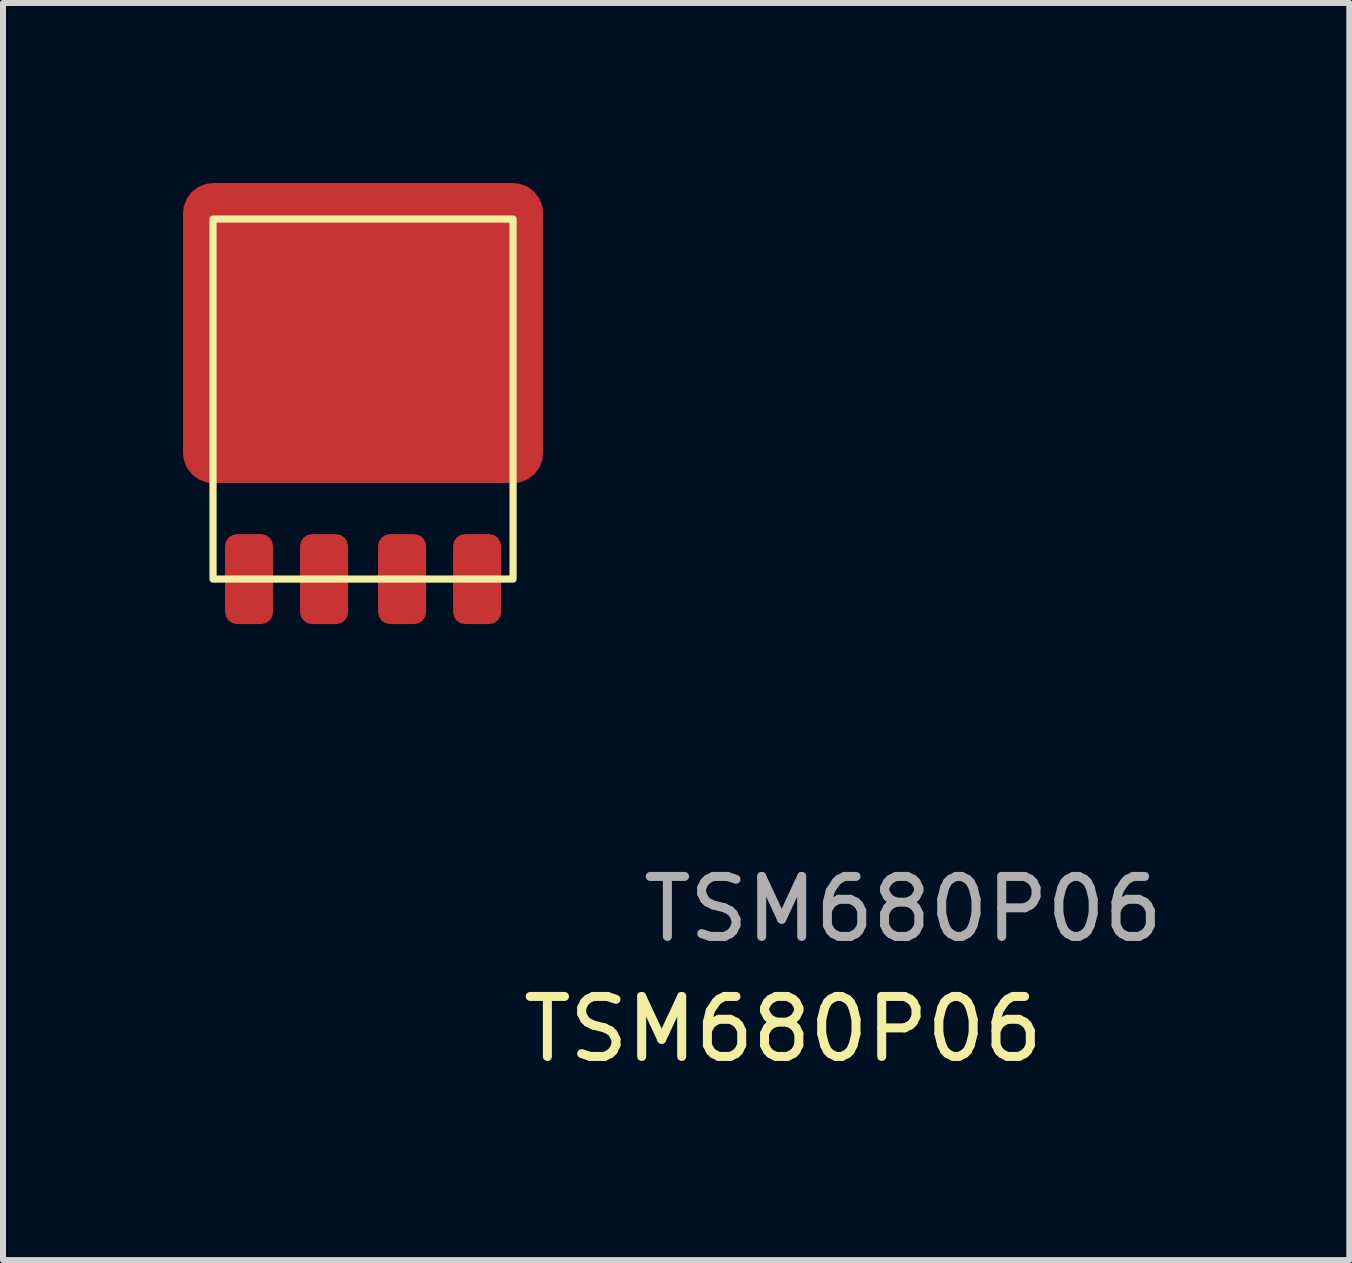
<source format=kicad_pcb>
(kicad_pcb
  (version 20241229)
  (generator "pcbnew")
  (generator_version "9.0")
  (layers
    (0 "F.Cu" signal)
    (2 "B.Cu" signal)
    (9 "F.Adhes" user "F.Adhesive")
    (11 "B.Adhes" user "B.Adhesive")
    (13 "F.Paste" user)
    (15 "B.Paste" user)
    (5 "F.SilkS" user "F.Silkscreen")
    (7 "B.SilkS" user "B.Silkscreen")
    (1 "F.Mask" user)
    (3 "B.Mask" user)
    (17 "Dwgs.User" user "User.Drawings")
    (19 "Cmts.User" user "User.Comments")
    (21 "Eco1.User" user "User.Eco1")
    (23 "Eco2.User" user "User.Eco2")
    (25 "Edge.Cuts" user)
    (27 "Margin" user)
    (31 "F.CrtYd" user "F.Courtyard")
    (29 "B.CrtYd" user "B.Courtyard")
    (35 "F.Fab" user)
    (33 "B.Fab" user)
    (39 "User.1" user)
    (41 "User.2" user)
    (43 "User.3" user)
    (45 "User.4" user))
  (footprint "TSM680P06"
    (layer "F.Cu")
    (at 3 3.6)
    (property "Reference" "TSM680P06" (at 7 10.5 0) (unlocked yes) (layer "F.SilkS") (effects (font (size 1 1) (thickness 0.15))))
    (attr smd)
    (fp_rect (start -2.5 3) (end 2.5 -3) (stroke (width 0.12) (type solid)) (fill no) (layer "F.SilkS"))
    (fp_text user "${REFERENCE}" (at 9 8.5 0) (unlocked yes) (layer "F.Fab") (effects (font (size 1 1) (thickness 0.15))))
    (pad "1" smd roundrect (at 0 -1.1) (size 6 5) (layers "F.Cu" "F.Mask" "F.Paste") (roundrect_rratio 0.1))
    (pad "2" smd roundrect (at -0.65 3) (size 0.8 1.5) (layers "F.Cu" "F.Mask" "F.Paste") (roundrect_rratio 0.25))
    (pad "3" smd roundrect (at -1.9 3) (size 0.8 1.5) (layers "F.Cu" "F.Mask" "F.Paste") (roundrect_rratio 0.25))
    (pad "3" smd roundrect (at 0.65 3) (size 0.8 1.5) (layers "F.Cu" "F.Mask" "F.Paste") (roundrect_rratio 0.25))
    (pad "3" smd roundrect (at 1.9 3) (size 0.8 1.5) (layers "F.Cu" "F.Mask" "F.Paste") (roundrect_rratio 0.25)))
  (gr_rect
    (start -3 -3)
    (end 19.435 17.948)
    (stroke (width 0.1) (type default))
    (fill no)
    (layer "Edge.Cuts")))
</source>
